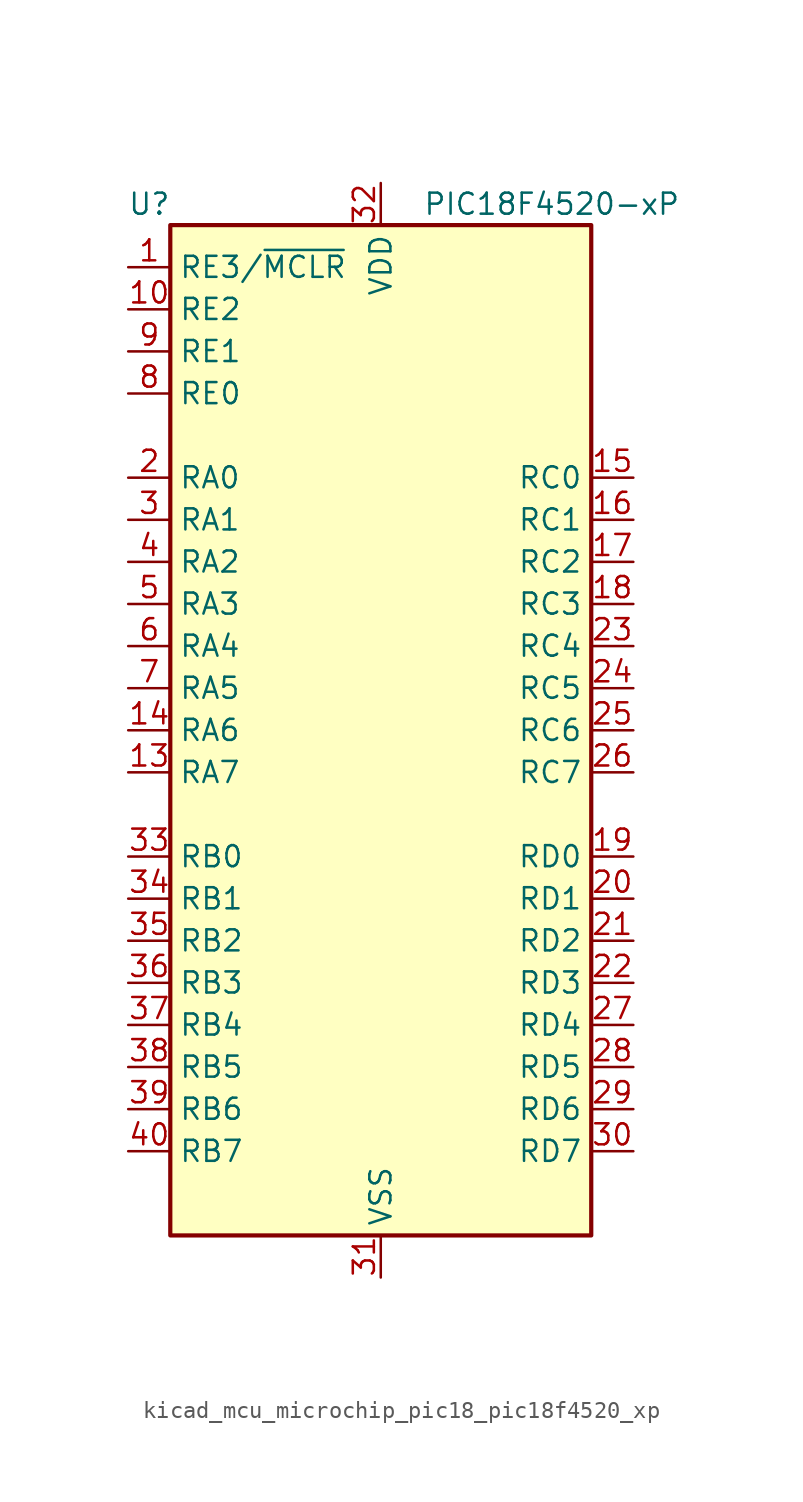
<source format=kicad_sym>
(kicad_symbol_lib
  (version 20220914)
  (generator kicad_symbol_editor)
  (symbol "kicad_mcu_microchip_pic18_pic18f4520_xp"
    (property "Reference" "U"
      (at -13.97 31.75 0)
      (effects (font (size 1.27 1.27))))
    (property "Value" "PIC18F4520-xP"
      (at 2.54 31.75 0)
      (effects (font (size 1.27 1.27)) (justify left)))
    (symbol "kicad_mcu_microchip_pic18_pic18f4520_xp_0_1"
      (rectangle (start -12.7 30.48) (end 12.7 -30.48) (stroke (width 0.254) (type default)) (fill (type background))))
    (symbol "kicad_mcu_microchip_pic18_pic18f4520_xp_1_1"
      (pin input line (at -15.24 27.94 0) (length 2.54) (name "RE3/~{MCLR}" (effects (font (size 1.27 1.27)))) (number "1" (effects (font (size 1.27 1.27)))))
      (pin bidirectional line (at -15.24 25.4 0) (length 2.54) (name "RE2" (effects (font (size 1.27 1.27)))) (number "10" (effects (font (size 1.27 1.27)))))
      (pin passive line (at 0 33.02 270) (length 2.54) hide (name "VDD" (effects (font (size 1.27 1.27)))) (number "11" (effects (font (size 1.27 1.27)))))
      (pin passive line (at 0 -33.02 90) (length 2.54) hide (name "VSS" (effects (font (size 1.27 1.27)))) (number "12" (effects (font (size 1.27 1.27)))))
      (pin bidirectional line (at -15.24 -2.54 0) (length 2.54) (name "RA7" (effects (font (size 1.27 1.27)))) (number "13" (effects (font (size 1.27 1.27)))))
      (pin bidirectional line (at -15.24 0 0) (length 2.54) (name "RA6" (effects (font (size 1.27 1.27)))) (number "14" (effects (font (size 1.27 1.27)))))
      (pin bidirectional line (at 15.24 15.24 180) (length 2.54) (name "RC0" (effects (font (size 1.27 1.27)))) (number "15" (effects (font (size 1.27 1.27)))))
      (pin bidirectional line (at 15.24 12.7 180) (length 2.54) (name "RC1" (effects (font (size 1.27 1.27)))) (number "16" (effects (font (size 1.27 1.27)))))
      (pin bidirectional line (at 15.24 10.16 180) (length 2.54) (name "RC2" (effects (font (size 1.27 1.27)))) (number "17" (effects (font (size 1.27 1.27)))))
      (pin bidirectional line (at 15.24 7.62 180) (length 2.54) (name "RC3" (effects (font (size 1.27 1.27)))) (number "18" (effects (font (size 1.27 1.27)))))
      (pin bidirectional line (at 15.24 -7.62 180) (length 2.54) (name "RD0" (effects (font (size 1.27 1.27)))) (number "19" (effects (font (size 1.27 1.27)))))
      (pin bidirectional line (at -15.24 15.24 0) (length 2.54) (name "RA0" (effects (font (size 1.27 1.27)))) (number "2" (effects (font (size 1.27 1.27)))))
      (pin bidirectional line (at 15.24 -10.16 180) (length 2.54) (name "RD1" (effects (font (size 1.27 1.27)))) (number "20" (effects (font (size 1.27 1.27)))))
      (pin bidirectional line (at 15.24 -12.7 180) (length 2.54) (name "RD2" (effects (font (size 1.27 1.27)))) (number "21" (effects (font (size 1.27 1.27)))))
      (pin bidirectional line (at 15.24 -15.24 180) (length 2.54) (name "RD3" (effects (font (size 1.27 1.27)))) (number "22" (effects (font (size 1.27 1.27)))))
      (pin bidirectional line (at 15.24 5.08 180) (length 2.54) (name "RC4" (effects (font (size 1.27 1.27)))) (number "23" (effects (font (size 1.27 1.27)))))
      (pin bidirectional line (at 15.24 2.54 180) (length 2.54) (name "RC5" (effects (font (size 1.27 1.27)))) (number "24" (effects (font (size 1.27 1.27)))))
      (pin bidirectional line (at 15.24 0 180) (length 2.54) (name "RC6" (effects (font (size 1.27 1.27)))) (number "25" (effects (font (size 1.27 1.27)))))
      (pin bidirectional line (at 15.24 -2.54 180) (length 2.54) (name "RC7" (effects (font (size 1.27 1.27)))) (number "26" (effects (font (size 1.27 1.27)))))
      (pin bidirectional line (at 15.24 -17.78 180) (length 2.54) (name "RD4" (effects (font (size 1.27 1.27)))) (number "27" (effects (font (size 1.27 1.27)))))
      (pin bidirectional line (at 15.24 -20.32 180) (length 2.54) (name "RD5" (effects (font (size 1.27 1.27)))) (number "28" (effects (font (size 1.27 1.27)))))
      (pin bidirectional line (at 15.24 -22.86 180) (length 2.54) (name "RD6" (effects (font (size 1.27 1.27)))) (number "29" (effects (font (size 1.27 1.27)))))
      (pin bidirectional line (at -15.24 12.7 0) (length 2.54) (name "RA1" (effects (font (size 1.27 1.27)))) (number "3" (effects (font (size 1.27 1.27)))))
      (pin bidirectional line (at 15.24 -25.4 180) (length 2.54) (name "RD7" (effects (font (size 1.27 1.27)))) (number "30" (effects (font (size 1.27 1.27)))))
      (pin power_in line (at 0 -33.02 90) (length 2.54) (name "VSS" (effects (font (size 1.27 1.27)))) (number "31" (effects (font (size 1.27 1.27)))))
      (pin power_in line (at 0 33.02 270) (length 2.54) (name "VDD" (effects (font (size 1.27 1.27)))) (number "32" (effects (font (size 1.27 1.27)))))
      (pin bidirectional line (at -15.24 -7.62 0) (length 2.54) (name "RB0" (effects (font (size 1.27 1.27)))) (number "33" (effects (font (size 1.27 1.27)))))
      (pin bidirectional line (at -15.24 -10.16 0) (length 2.54) (name "RB1" (effects (font (size 1.27 1.27)))) (number "34" (effects (font (size 1.27 1.27)))))
      (pin bidirectional line (at -15.24 -12.7 0) (length 2.54) (name "RB2" (effects (font (size 1.27 1.27)))) (number "35" (effects (font (size 1.27 1.27)))))
      (pin bidirectional line (at -15.24 -15.24 0) (length 2.54) (name "RB3" (effects (font (size 1.27 1.27)))) (number "36" (effects (font (size 1.27 1.27)))))
      (pin bidirectional line (at -15.24 -17.78 0) (length 2.54) (name "RB4" (effects (font (size 1.27 1.27)))) (number "37" (effects (font (size 1.27 1.27)))))
      (pin bidirectional line (at -15.24 -20.32 0) (length 2.54) (name "RB5" (effects (font (size 1.27 1.27)))) (number "38" (effects (font (size 1.27 1.27)))))
      (pin bidirectional line (at -15.24 -22.86 0) (length 2.54) (name "RB6" (effects (font (size 1.27 1.27)))) (number "39" (effects (font (size 1.27 1.27)))))
      (pin bidirectional line (at -15.24 10.16 0) (length 2.54) (name "RA2" (effects (font (size 1.27 1.27)))) (number "4" (effects (font (size 1.27 1.27)))))
      (pin bidirectional line (at -15.24 -25.4 0) (length 2.54) (name "RB7" (effects (font (size 1.27 1.27)))) (number "40" (effects (font (size 1.27 1.27)))))
      (pin bidirectional line (at -15.24 7.62 0) (length 2.54) (name "RA3" (effects (font (size 1.27 1.27)))) (number "5" (effects (font (size 1.27 1.27)))))
      (pin bidirectional line (at -15.24 5.08 0) (length 2.54) (name "RA4" (effects (font (size 1.27 1.27)))) (number "6" (effects (font (size 1.27 1.27)))))
      (pin bidirectional line (at -15.24 2.54 0) (length 2.54) (name "RA5" (effects (font (size 1.27 1.27)))) (number "7" (effects (font (size 1.27 1.27)))))
      (pin bidirectional line (at -15.24 20.32 0) (length 2.54) (name "RE0" (effects (font (size 1.27 1.27)))) (number "8" (effects (font (size 1.27 1.27)))))
      (pin bidirectional line (at -15.24 22.86 0) (length 2.54) (name "RE1" (effects (font (size 1.27 1.27)))) (number "9" (effects (font (size 1.27 1.27))))))))
</source>
